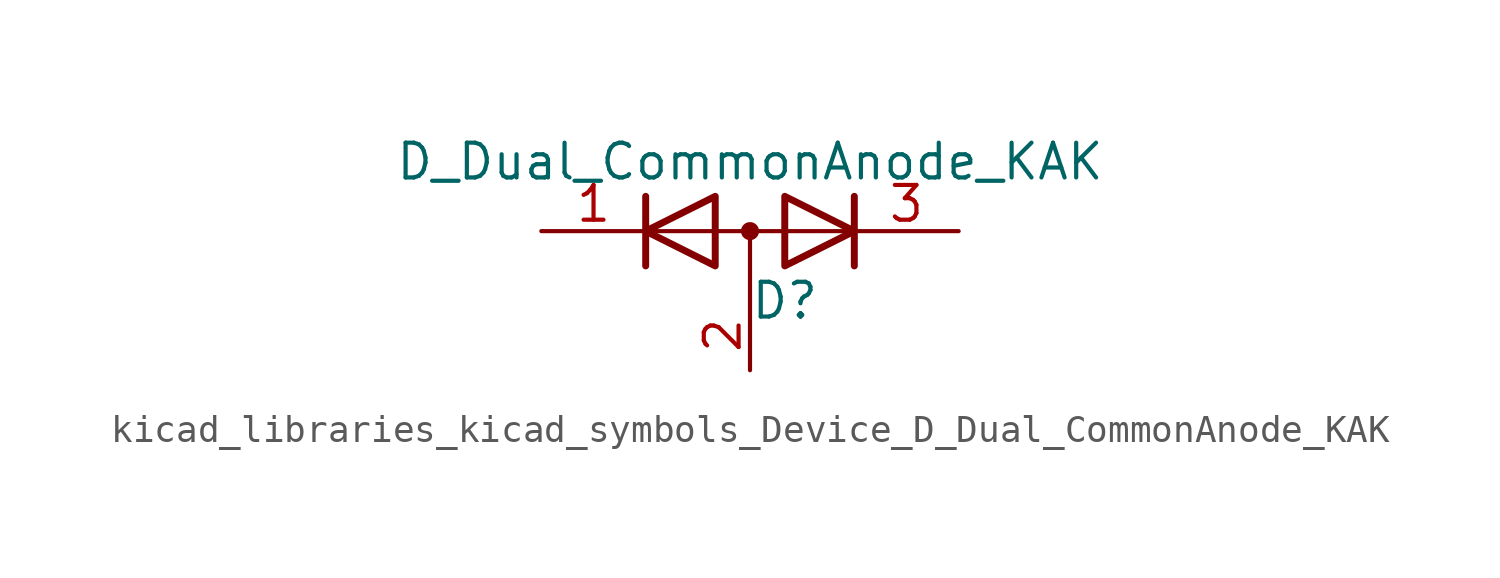
<source format=kicad_sym>
(kicad_symbol_lib
  (version 20220914)
  (generator kicad_symbol_editor)
  (symbol "kicad_libraries_kicad_symbols_Device_D_Dual_CommonAnode_KAK"
    (pin_names
      (offset 0.762) hide)
    (property "Reference" "D"
      (at 1.27 -2.54 0)
      (effects (font (size 1.27 1.27))))
    (property "Value" "D_Dual_CommonAnode_KAK"
      (at 0 2.54 0)
      (effects (font (size 1.27 1.27))))
    (symbol "kicad_libraries_kicad_symbols_Device_D_Dual_CommonAnode_KAK_0_1"
      (polyline (pts (xy 0 0) (xy 0 -2.54)) (stroke (width 0) (type default)) (fill (type none)))
      (polyline (pts (xy 3.81 0) (xy -3.81 0)) (stroke (width 0) (type default)) (fill (type none)))
      (polyline (pts (xy -3.81 1.27) (xy -3.81 -1.27) (xy -3.81 -1.27)) (stroke (width 0.254) (type default)) (fill (type none)))
      (polyline (pts (xy 3.81 1.27) (xy 3.81 -1.27) (xy 3.81 -1.27)) (stroke (width 0.254) (type default)) (fill (type none)))
      (polyline (pts (xy -1.27 -1.27) (xy -3.81 0) (xy -1.27 1.27) (xy -1.27 -1.27) (xy -1.27 -1.27) (xy -1.27 -1.27)) (stroke (width 0.254) (type default)) (fill (type none)))
      (polyline (pts (xy 1.27 1.27) (xy 3.81 0) (xy 1.27 -1.27) (xy 1.27 1.27) (xy 1.27 1.27) (xy 1.27 1.27)) (stroke (width 0.254) (type default)) (fill (type none)))
      (circle (center 0 0) (radius 0.254) (stroke (width 0) (type default)) (fill (type outline)))
      (pin passive line (at -7.62 0 0) (length 3.81) (name "K" (effects (font (size 1.27 1.27)))) (number "1" (effects (font (size 1.27 1.27)))))
      (pin passive line (at 0 -5.08 90) (length 2.54) (name "A" (effects (font (size 1.27 1.27)))) (number "2" (effects (font (size 1.27 1.27)))))
      (pin passive line (at 7.62 0 180) (length 3.81) (name "K" (effects (font (size 1.27 1.27)))) (number "3" (effects (font (size 1.27 1.27))))))))
</source>
